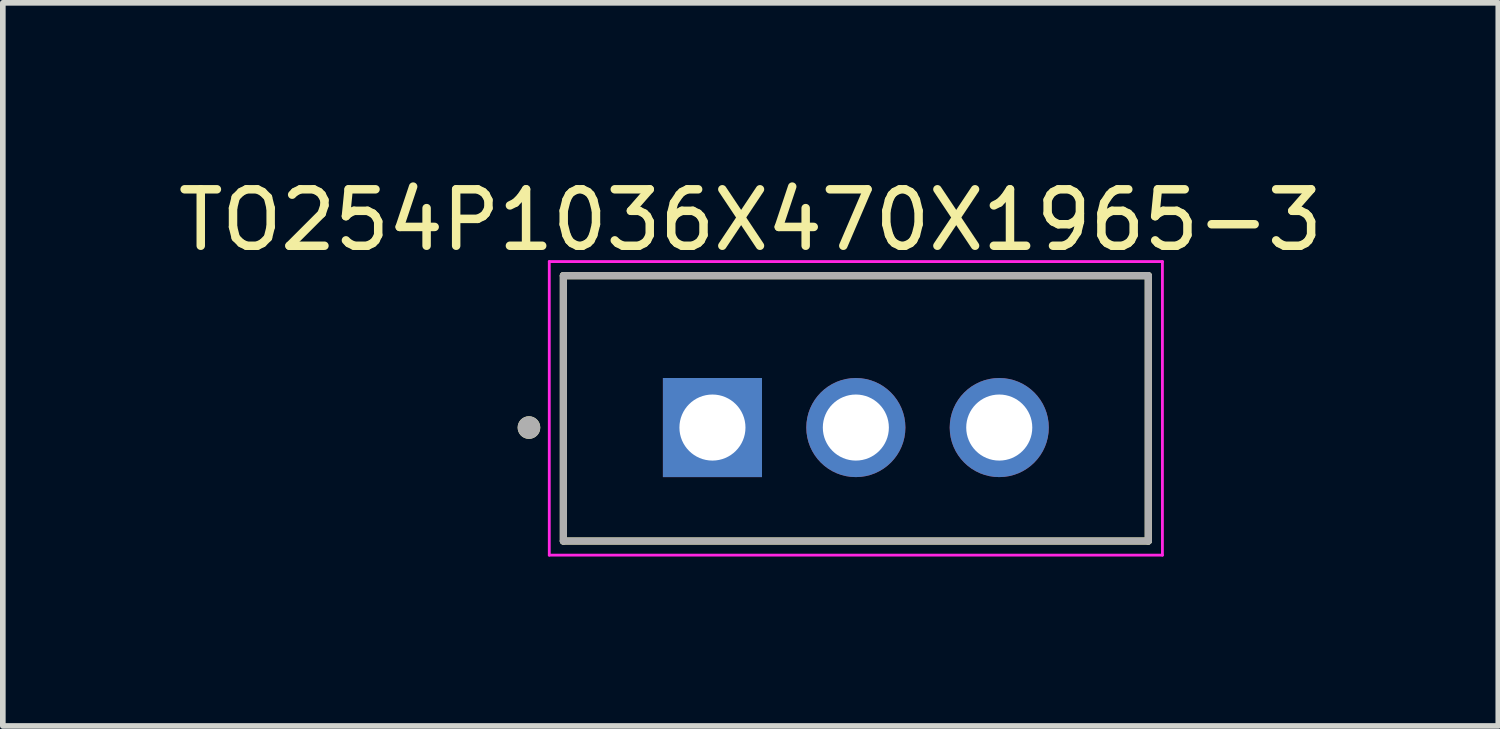
<source format=kicad_pcb>
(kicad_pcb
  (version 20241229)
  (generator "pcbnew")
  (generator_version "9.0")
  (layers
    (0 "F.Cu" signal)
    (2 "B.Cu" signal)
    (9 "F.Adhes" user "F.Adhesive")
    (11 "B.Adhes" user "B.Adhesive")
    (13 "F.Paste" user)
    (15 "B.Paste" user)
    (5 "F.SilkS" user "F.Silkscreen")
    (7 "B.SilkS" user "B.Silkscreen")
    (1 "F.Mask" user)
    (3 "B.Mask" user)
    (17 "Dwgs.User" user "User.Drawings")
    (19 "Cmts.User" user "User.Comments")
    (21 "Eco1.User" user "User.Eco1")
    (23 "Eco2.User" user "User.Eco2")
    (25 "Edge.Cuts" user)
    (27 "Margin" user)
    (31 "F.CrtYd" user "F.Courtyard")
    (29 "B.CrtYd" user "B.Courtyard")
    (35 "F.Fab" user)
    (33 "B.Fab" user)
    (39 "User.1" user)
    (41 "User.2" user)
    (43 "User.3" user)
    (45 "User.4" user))
  (footprint "TO254P1036X470X1965-3"
    (layer "F.Cu")
    (at 12.109 4.523)
    (property "Reference" "TO254P1036X470X1965-3" (at -1.865 -3.675 0) (layer "F.SilkS") (effects (font (size 1 1) (thickness 0.15))))
    (attr through_hole)
    (fp_line (start -5.18 -2.69) (end -5.18 2.01) (stroke (width 0.127) (type solid)) (layer "F.SilkS"))
    (fp_line (start -5.18 2.01) (end 5.18 2.01) (stroke (width 0.127) (type solid)) (layer "F.SilkS"))
    (fp_line (start 5.18 -2.69) (end -5.18 -2.69) (stroke (width 0.127) (type solid)) (layer "F.SilkS"))
    (fp_line (start 5.18 2.01) (end 5.18 -2.69) (stroke (width 0.127) (type solid)) (layer "F.SilkS"))
    (fp_circle (center -5.79 0) (end -5.69 0) (stroke (width 0.2) (type solid)) (fill no) (layer "F.SilkS"))
    (fp_line (start -5.43 -2.94) (end -5.43 2.26) (stroke (width 0.05) (type solid)) (layer "F.CrtYd"))
    (fp_line (start -5.43 2.26) (end 5.43 2.26) (stroke (width 0.05) (type solid)) (layer "F.CrtYd"))
    (fp_line (start 5.43 -2.94) (end -5.43 -2.94) (stroke (width 0.05) (type solid)) (layer "F.CrtYd"))
    (fp_line (start 5.43 2.26) (end 5.43 -2.94) (stroke (width 0.05) (type solid)) (layer "F.CrtYd"))
    (fp_line (start -5.18 -2.69) (end -5.18 2.01) (stroke (width 0.127) (type solid)) (layer "F.Fab"))
    (fp_line (start -5.18 2.01) (end 5.18 2.01) (stroke (width 0.127) (type solid)) (layer "F.Fab"))
    (fp_line (start 5.18 -2.69) (end -5.18 -2.69) (stroke (width 0.127) (type solid)) (layer "F.Fab"))
    (fp_line (start 5.18 2.01) (end 5.18 -2.69) (stroke (width 0.127) (type solid)) (layer "F.Fab"))
    (fp_circle (center -5.79 0) (end -5.69 0) (stroke (width 0.2) (type solid)) (fill no) (layer "F.Fab"))
    (pad "1" thru_hole rect (at -2.54 0) (size 1.755 1.755) (drill 1.17) (layers "*.Cu" "*.Mask"))
    (pad "2" thru_hole circle (at 0 0) (size 1.755 1.755) (drill 1.17) (layers "*.Cu" "*.Mask"))
    (pad "3" thru_hole circle (at 2.54 0) (size 1.755 1.755) (drill 1.17) (layers "*.Cu" "*.Mask")))
  (gr_rect
    (start -3 -3)
    (end 23.488 9.808)
    (stroke (width 0.1) (type default))
    (fill no)
    (layer "Edge.Cuts")))
</source>
